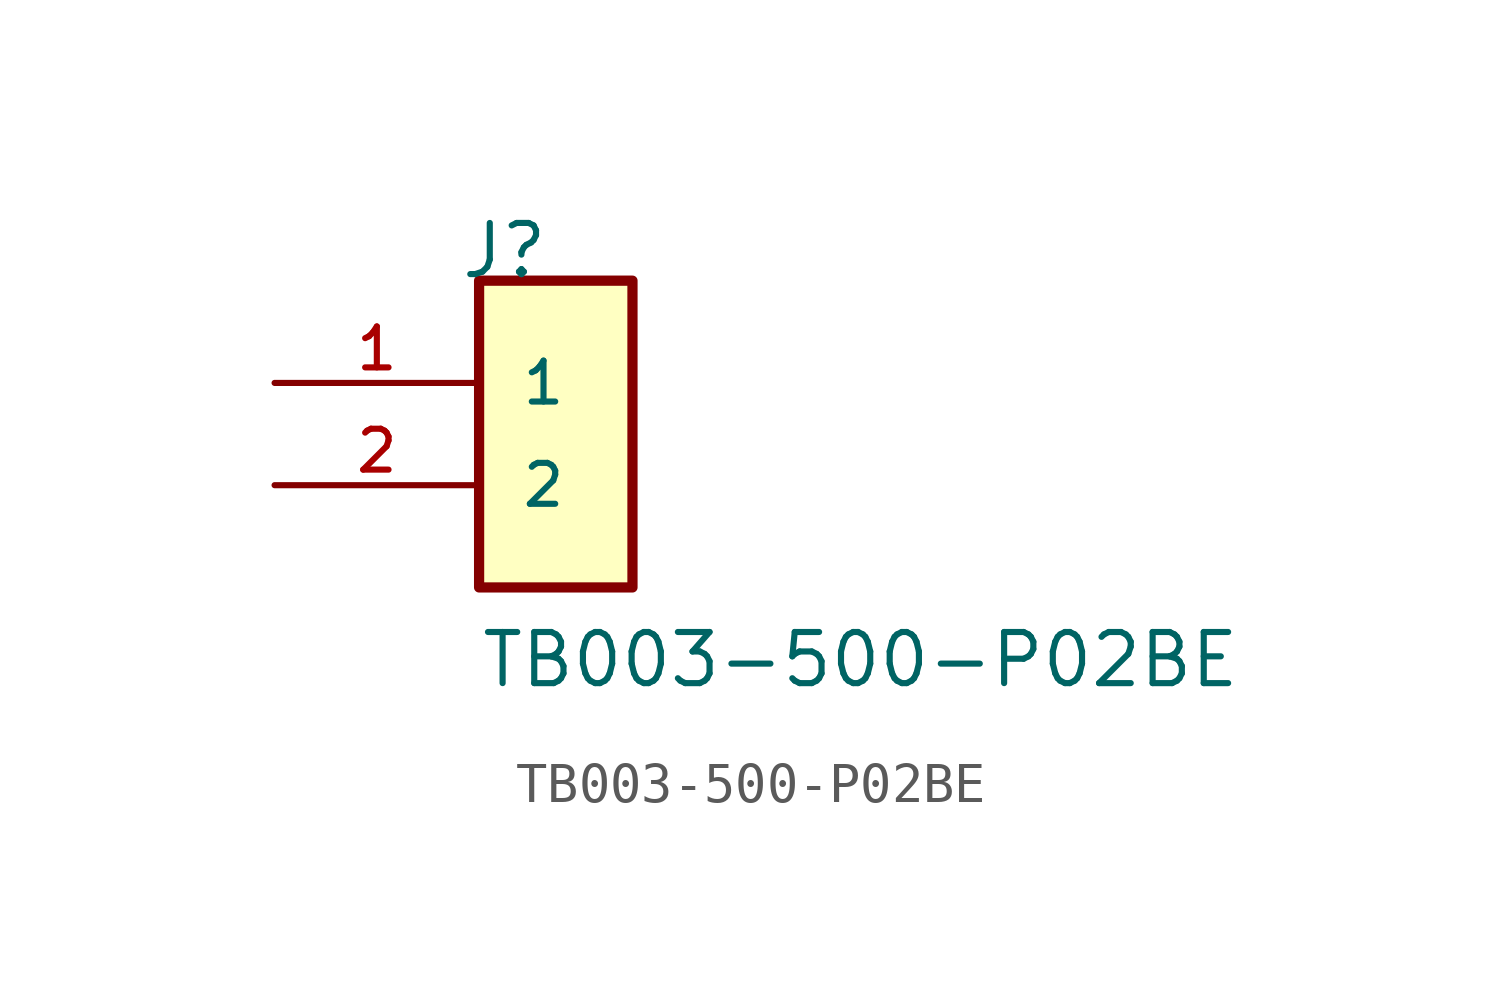
<source format=kicad_sym>
(kicad_symbol_lib
  (version 20241209)
  (generator "kicad_symbol_editor")
  (generator_version "9.0")
  (symbol "TB003-500-P02BE"
    (pin_names
      (offset 1.016))
    (property "Reference" "J"
      (at -5.58 5.08 0)
      (effects (font (size 1.27 1.27)) (justify left bottom)))
    (property "Value" "TB003-500-P02BE"
      (at -5.08 -5.08 0)
      (effects (font (size 1.27 1.27)) (justify left bottom)))
    (symbol "TB003-500-P02BE_0_0"
      (rectangle (start -5.08 5.08) (end -1.27 -2.54) (stroke (width 0.254) (type default)) (fill (type background)))
      (pin passive line (at -10.16 2.54 0) (length 5.08) (name "1" (effects (font (size 1.016 1.016)))) (number "1" (effects (font (size 1.016 1.016)))))
      (pin passive line (at -10.16 0 0) (length 5.08) (name "2" (effects (font (size 1.016 1.016)))) (number "2" (effects (font (size 1.016 1.016))))))))
</source>
